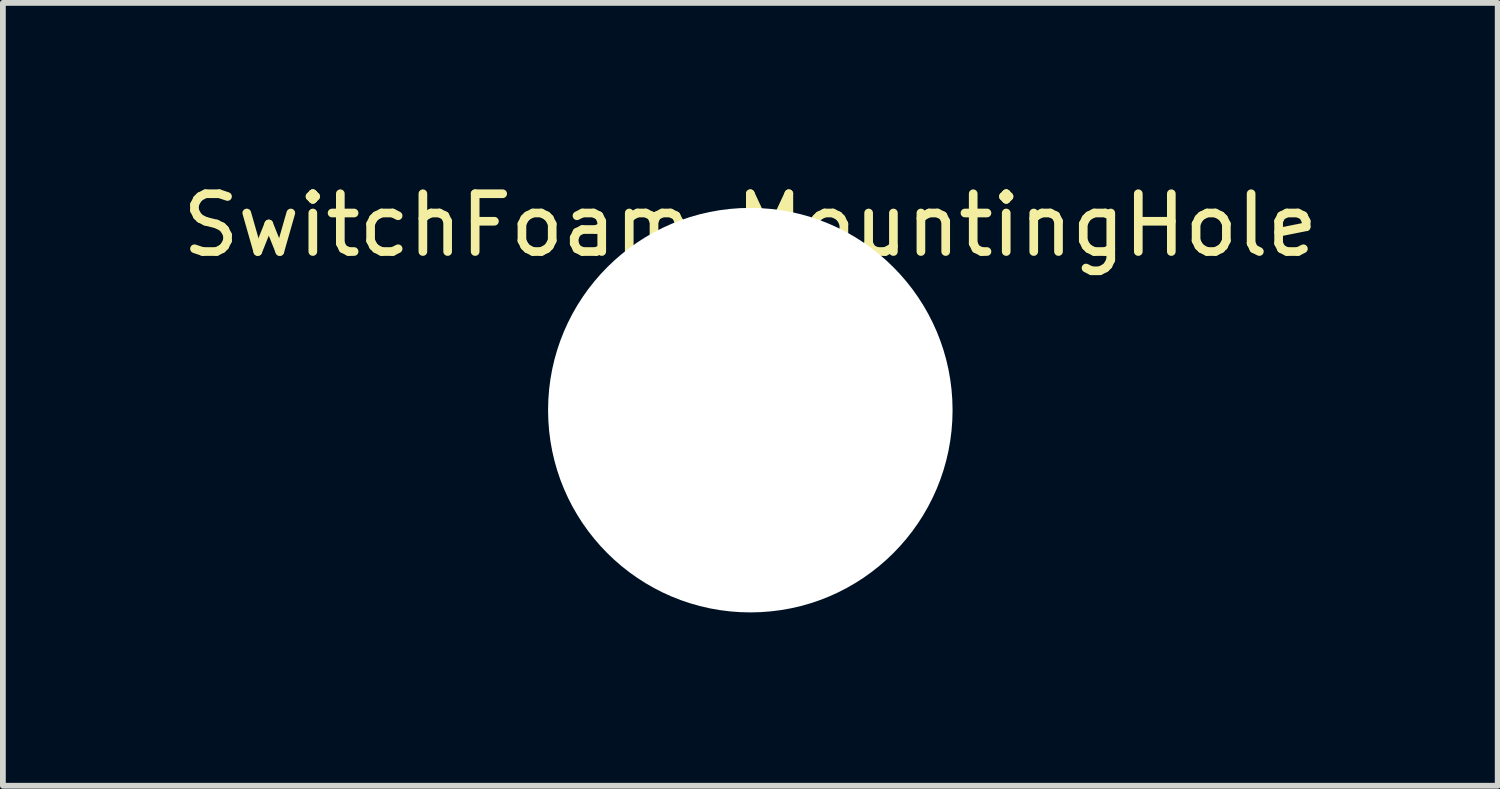
<source format=kicad_pcb>
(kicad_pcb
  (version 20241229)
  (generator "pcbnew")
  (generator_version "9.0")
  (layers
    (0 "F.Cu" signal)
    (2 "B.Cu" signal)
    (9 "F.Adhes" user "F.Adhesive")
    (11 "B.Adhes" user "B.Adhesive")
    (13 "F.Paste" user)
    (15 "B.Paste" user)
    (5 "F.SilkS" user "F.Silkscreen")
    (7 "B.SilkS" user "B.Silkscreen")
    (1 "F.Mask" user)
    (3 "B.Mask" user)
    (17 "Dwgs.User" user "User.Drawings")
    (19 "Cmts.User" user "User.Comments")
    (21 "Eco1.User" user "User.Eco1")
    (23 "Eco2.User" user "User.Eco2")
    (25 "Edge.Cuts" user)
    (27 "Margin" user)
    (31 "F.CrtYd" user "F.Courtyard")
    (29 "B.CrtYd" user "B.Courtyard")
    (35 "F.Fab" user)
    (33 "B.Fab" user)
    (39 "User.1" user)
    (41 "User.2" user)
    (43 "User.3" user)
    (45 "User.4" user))
  (footprint "SwitchFoam_MountingHole"
    (layer "F.Cu")
    (at 9.935 4.048)
    (property "Reference" "SwitchFoam_MountingHole" (at 0 -3.2 0) (layer "F.SilkS") (effects (font (size 1 1) (thickness 0.15))))
    (attr exclude_from_pos_files exclude_from_bom)
    (pad "" np_thru_hole circle (at 0 0) (size 7 7) (drill 7) (layers "*.Cu" "*.Mask")))
  (gr_rect
    (start -3 -3)
    (end 22.869 10.548)
    (stroke (width 0.1) (type default))
    (fill no)
    (layer "Edge.Cuts")))
</source>
